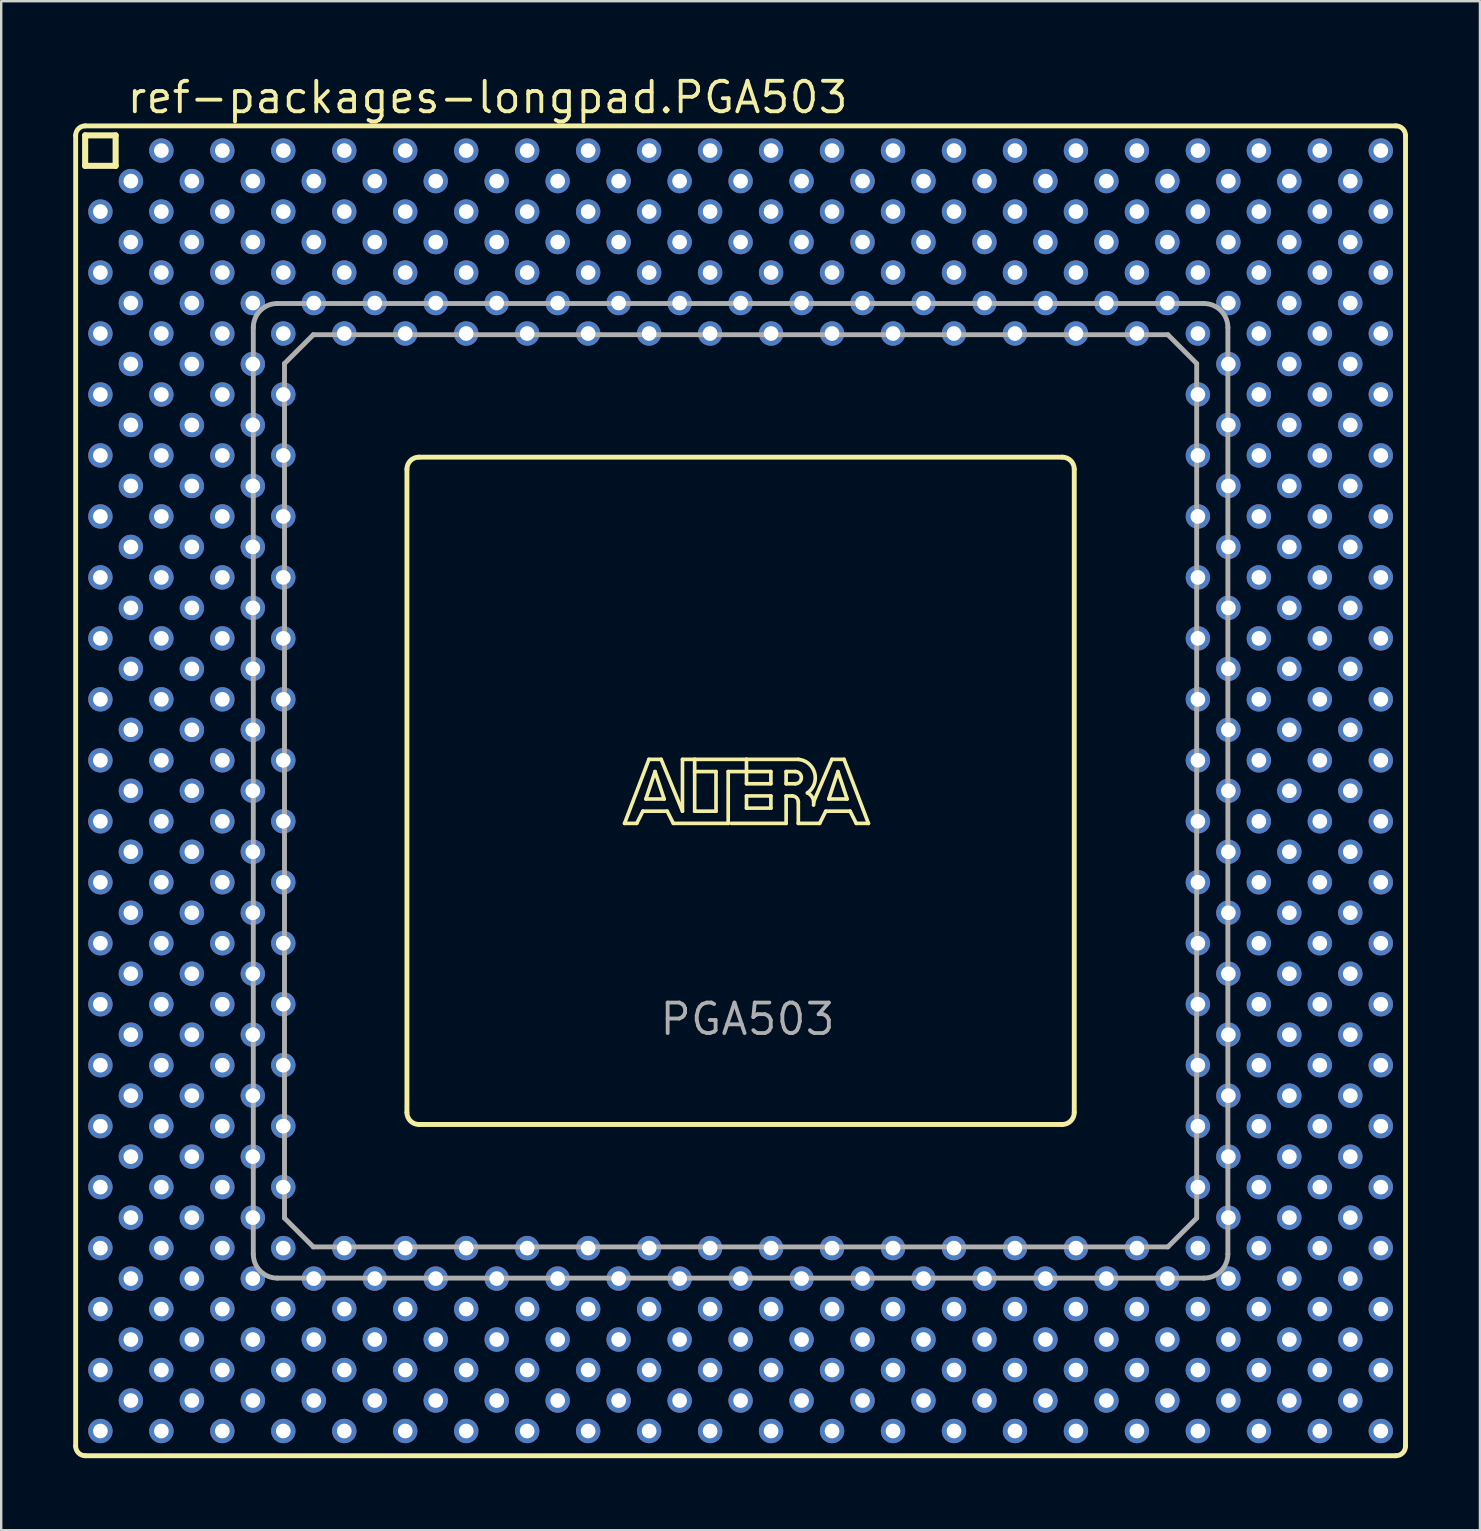
<source format=kicad_pcb>
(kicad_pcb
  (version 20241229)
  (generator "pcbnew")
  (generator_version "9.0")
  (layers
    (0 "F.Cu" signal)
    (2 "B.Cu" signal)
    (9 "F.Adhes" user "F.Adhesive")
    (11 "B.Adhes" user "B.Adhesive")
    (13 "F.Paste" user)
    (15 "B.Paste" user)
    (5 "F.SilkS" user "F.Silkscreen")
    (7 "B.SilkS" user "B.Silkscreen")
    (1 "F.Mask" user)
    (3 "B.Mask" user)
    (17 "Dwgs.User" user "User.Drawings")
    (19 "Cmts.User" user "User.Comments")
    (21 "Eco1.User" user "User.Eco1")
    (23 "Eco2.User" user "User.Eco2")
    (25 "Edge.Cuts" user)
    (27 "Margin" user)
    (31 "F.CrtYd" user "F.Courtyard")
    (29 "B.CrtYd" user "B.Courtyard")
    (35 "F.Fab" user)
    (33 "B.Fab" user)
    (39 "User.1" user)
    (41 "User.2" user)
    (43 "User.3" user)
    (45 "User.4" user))
  (footprint "ref-packages-longpad.PGA503"
    (layer "F.Cu")
    (at 27.802 29.894)
    (property "Reference" "ref-packages-longpad.PGA503" (at -25.643 -28.144 0) (layer "F.SilkS") (effects (font (size 1.27 1.27) (thickness 0.16)) (justify left bottom)))
    (attr through_hole)
    (fp_line (start -27.7 -27.3) (end -27.7 27.3) (stroke (width 0.203) (type default)) (layer "F.SilkS"))
    (fp_line (start -27.305 -27.305) (end -27.305 -26.035) (stroke (width 0.254) (type default)) (layer "F.SilkS"))
    (fp_line (start -27.305 -26.035) (end -26.035 -26.035) (stroke (width 0.254) (type default)) (layer "F.SilkS"))
    (fp_line (start -27.3 27.7) (end 27.3 27.7) (stroke (width 0.203) (type default)) (layer "F.SilkS"))
    (fp_line (start -26.035 -27.305) (end -27.305 -27.305) (stroke (width 0.254) (type default)) (layer "F.SilkS"))
    (fp_line (start -26.035 -26.035) (end -26.035 -27.305) (stroke (width 0.254) (type default)) (layer "F.SilkS"))
    (fp_line (start -13.9 -13.4) (end -13.9 13.4) (stroke (width 0.203) (type default)) (layer "F.SilkS"))
    (fp_line (start -13.4 13.9) (end 13.4 13.9) (stroke (width 0.203) (type default)) (layer "F.SilkS"))
    (fp_line (start -4.834 1.357) (end -3.818 -1.31) (stroke (width 0.152) (type default)) (layer "F.SilkS"))
    (fp_line (start -4.326 1.357) (end -4.834 1.357) (stroke (width 0.152) (type default)) (layer "F.SilkS"))
    (fp_line (start -4.072 0.849) (end -4.326 1.357) (stroke (width 0.152) (type default)) (layer "F.SilkS"))
    (fp_line (start -3.945 0.341) (end -3.183 0.341) (stroke (width 0.152) (type default)) (layer "F.SilkS"))
    (fp_line (start -3.818 -1.31) (end -3.31 -1.31) (stroke (width 0.152) (type default)) (layer "F.SilkS"))
    (fp_line (start -3.564 -0.802) (end -3.945 0.341) (stroke (width 0.152) (type default)) (layer "F.SilkS"))
    (fp_line (start -3.31 -1.31) (end -2.421 0.849) (stroke (width 0.152) (type default)) (layer "F.SilkS"))
    (fp_line (start -3.183 0.341) (end -3.564 -0.802) (stroke (width 0.152) (type default)) (layer "F.SilkS"))
    (fp_line (start -3.056 0.849) (end -4.072 0.849) (stroke (width 0.152) (type default)) (layer "F.SilkS"))
    (fp_line (start -2.802 1.357) (end -3.056 0.849) (stroke (width 0.152) (type default)) (layer "F.SilkS"))
    (fp_line (start -2.421 -1.31) (end -1.913 -1.31) (stroke (width 0.152) (type default)) (layer "F.SilkS"))
    (fp_line (start -2.421 0.849) (end -2.421 -1.31) (stroke (width 0.152) (type default)) (layer "F.SilkS"))
    (fp_line (start -1.913 -1.31) (end -1.913 -0.802) (stroke (width 0.152) (type default)) (layer "F.SilkS"))
    (fp_line (start -1.913 -1.31) (end 0.246 -1.31) (stroke (width 0.152) (type default)) (layer "F.SilkS"))
    (fp_line (start -1.913 -0.802) (end -1.913 0.849) (stroke (width 0.152) (type default)) (layer "F.SilkS"))
    (fp_line (start -1.913 0.849) (end -1.024 0.849) (stroke (width 0.152) (type default)) (layer "F.SilkS"))
    (fp_line (start -1.024 -0.802) (end -1.913 -0.802) (stroke (width 0.152) (type default)) (layer "F.SilkS"))
    (fp_line (start -1.024 0.849) (end -1.024 -0.802) (stroke (width 0.152) (type default)) (layer "F.SilkS"))
    (fp_line (start -0.516 -0.802) (end -0.516 1.357) (stroke (width 0.152) (type default)) (layer "F.SilkS"))
    (fp_line (start -0.516 1.357) (end -2.802 1.357) (stroke (width 0.152) (type default)) (layer "F.SilkS"))
    (fp_line (start 0.246 -1.31) (end 0.246 -0.802) (stroke (width 0.152) (type default)) (layer "F.SilkS"))
    (fp_line (start 0.246 -1.31) (end 2.405 -1.31) (stroke (width 0.152) (type default)) (layer "F.SilkS"))
    (fp_line (start 0.246 -0.802) (end -0.516 -0.802) (stroke (width 0.152) (type default)) (layer "F.SilkS"))
    (fp_line (start 0.246 -0.802) (end 0.246 -0.294) (stroke (width 0.152) (type default)) (layer "F.SilkS"))
    (fp_line (start 0.246 -0.294) (end 1.262 -0.294) (stroke (width 0.152) (type default)) (layer "F.SilkS"))
    (fp_line (start 0.246 0.214) (end 1.262 0.214) (stroke (width 0.152) (type default)) (layer "F.SilkS"))
    (fp_line (start 0.246 0.722) (end 0.246 0.214) (stroke (width 0.152) (type default)) (layer "F.SilkS"))
    (fp_line (start 1.262 -0.802) (end 0.246 -0.802) (stroke (width 0.152) (type default)) (layer "F.SilkS"))
    (fp_line (start 1.262 -0.294) (end 1.262 -0.802) (stroke (width 0.152) (type default)) (layer "F.SilkS"))
    (fp_line (start 1.262 0.214) (end 1.262 0.722) (stroke (width 0.152) (type default)) (layer "F.SilkS"))
    (fp_line (start 1.262 0.722) (end 0.246 0.722) (stroke (width 0.152) (type default)) (layer "F.SilkS"))
    (fp_line (start 1.897 -0.802) (end 1.897 -0.294) (stroke (width 0.152) (type default)) (layer "F.SilkS"))
    (fp_line (start 1.897 -0.294) (end 2.278 -0.294) (stroke (width 0.152) (type default)) (layer "F.SilkS"))
    (fp_line (start 1.897 0.214) (end 1.897 1.357) (stroke (width 0.152) (type default)) (layer "F.SilkS"))
    (fp_line (start 1.897 0.214) (end 2.151 0.214) (stroke (width 0.152) (type default)) (layer "F.SilkS"))
    (fp_line (start 1.897 1.357) (end -0.389 1.357) (stroke (width 0.152) (type default)) (layer "F.SilkS"))
    (fp_line (start 2.278 -0.802) (end 1.897 -0.802) (stroke (width 0.152) (type default)) (layer "F.SilkS"))
    (fp_line (start 2.405 0.468) (end 2.405 1.357) (stroke (width 0.152) (type default)) (layer "F.SilkS"))
    (fp_line (start 2.405 1.357) (end 3.294 1.357) (stroke (width 0.152) (type default)) (layer "F.SilkS"))
    (fp_line (start 3.294 1.357) (end 3.548 0.849) (stroke (width 0.152) (type default)) (layer "F.SilkS"))
    (fp_line (start 3.548 0.849) (end 4.564 0.849) (stroke (width 0.152) (type default)) (layer "F.SilkS"))
    (fp_line (start 3.675 0.341) (end 4.056 -0.802) (stroke (width 0.152) (type default)) (layer "F.SilkS"))
    (fp_line (start 3.802 -1.31) (end 3.04 0.468) (stroke (width 0.152) (type default)) (layer "F.SilkS"))
    (fp_line (start 4.056 -0.802) (end 4.437 0.341) (stroke (width 0.152) (type default)) (layer "F.SilkS"))
    (fp_line (start 4.31 -1.31) (end 3.802 -1.31) (stroke (width 0.152) (type default)) (layer "F.SilkS"))
    (fp_line (start 4.437 0.341) (end 3.675 0.341) (stroke (width 0.152) (type default)) (layer "F.SilkS"))
    (fp_line (start 4.564 0.849) (end 4.818 1.357) (stroke (width 0.152) (type default)) (layer "F.SilkS"))
    (fp_line (start 4.818 1.357) (end 5.326 1.357) (stroke (width 0.152) (type default)) (layer "F.SilkS"))
    (fp_line (start 5.326 1.357) (end 4.31 -1.31) (stroke (width 0.152) (type default)) (layer "F.SilkS"))
    (fp_line (start 13.4 -13.9) (end -13.4 -13.9) (stroke (width 0.203) (type default)) (layer "F.SilkS"))
    (fp_line (start 13.9 13.4) (end 13.9 -13.4) (stroke (width 0.203) (type default)) (layer "F.SilkS"))
    (fp_line (start 27.3 -27.7) (end -27.3 -27.7) (stroke (width 0.203) (type default)) (layer "F.SilkS"))
    (fp_line (start 27.7 27.3) (end 27.7 -27.3) (stroke (width 0.203) (type default)) (layer "F.SilkS"))
    (fp_arc (start -27.7 -27.3) (mid -27.582813 -27.582913) (end -27.2999 -27.7001) (stroke (width 0.2032) (type default)) (layer "F.SilkS"))
    (fp_arc (start -27.2999 27.7001) (mid -27.582813 27.582913) (end -27.7 27.3) (stroke (width 0.2032) (type default)) (layer "F.SilkS"))
    (fp_arc (start -13.9 -13.4) (mid -13.753607 -13.753624) (end -13.4001 -13.9003) (stroke (width 0.2032) (type default)) (layer "F.SilkS"))
    (fp_arc (start -13.4001 13.9) (mid -13.753589 13.753518) (end -13.9 13.4) (stroke (width 0.2032) (type default)) (layer "F.SilkS"))
    (fp_arc (start 2.151 0.214) (mid 2.330605 0.288395) (end 2.405 0.468) (stroke (width 0.1524) (type default)) (layer "F.SilkS"))
    (fp_arc (start 2.278 -0.802) (mid 2.532 -0.548) (end 2.278 -0.294) (stroke (width 0.1524) (type default)) (layer "F.SilkS"))
    (fp_arc (start 2.405 -1.31) (mid 3.084953 -0.74477) (end 2.7861 0.0874) (stroke (width 0.1524) (type default)) (layer "F.SilkS"))
    (fp_arc (start 2.7861 0.0871) (mid 3.002081 0.296587) (end 3.0398 0.5951) (stroke (width 0.1524) (type default)) (layer "F.SilkS"))
    (fp_arc (start 13.4 -13.9) (mid 13.753624 -13.753607) (end 13.9003 -13.4001) (stroke (width 0.2032) (type default)) (layer "F.SilkS"))
    (fp_arc (start 13.9 13.4001) (mid 13.753518 13.753589) (end 13.4 13.9) (stroke (width 0.2032) (type default)) (layer "F.SilkS"))
    (fp_arc (start 27.3 -27.7) (mid 27.582913 -27.582813) (end 27.7001 -27.2999) (stroke (width 0.2032) (type default)) (layer "F.SilkS"))
    (fp_arc (start 27.7001 27.2999) (mid 27.582913 27.582813) (end 27.3 27.7) (stroke (width 0.2032) (type default)) (layer "F.SilkS"))
    (fp_line (start -20.3 -19.3) (end -20.3 19.3) (stroke (width 0.203) (type default)) (layer "F.Fab"))
    (fp_line (start -19.3 20.3) (end 19.3 20.3) (stroke (width 0.203) (type default)) (layer "F.Fab"))
    (fp_line (start -19 -17.8) (end -19 17.8) (stroke (width 0.203) (type default)) (layer "F.Fab"))
    (fp_line (start -19 -17.8) (end -17.8 -19) (stroke (width 0.203) (type default)) (layer "F.Fab"))
    (fp_line (start -17.8 19) (end -19 17.8) (stroke (width 0.203) (type default)) (layer "F.Fab"))
    (fp_line (start -17.8 19) (end 17.8 19) (stroke (width 0.203) (type default)) (layer "F.Fab"))
    (fp_line (start 17.8 -19) (end -17.8 -19) (stroke (width 0.203) (type default)) (layer "F.Fab"))
    (fp_line (start 17.8 -19) (end 19 -17.8) (stroke (width 0.203) (type default)) (layer "F.Fab"))
    (fp_line (start 19 17.8) (end 17.8 19) (stroke (width 0.203) (type default)) (layer "F.Fab"))
    (fp_line (start 19 17.8) (end 19 -17.8) (stroke (width 0.203) (type default)) (layer "F.Fab"))
    (fp_line (start 19.3 -20.3) (end -19.3 -20.3) (stroke (width 0.203) (type default)) (layer "F.Fab"))
    (fp_line (start 20.3 19.3) (end 20.3 -19.3) (stroke (width 0.203) (type default)) (layer "F.Fab"))
    (fp_arc (start -20.3 -19.3) (mid -20.007107 -20.007107) (end -19.3 -20.3) (stroke (width 0.2032) (type default)) (layer "F.Fab"))
    (fp_arc (start -19.3 20.3) (mid -20.007107 20.007107) (end -20.3 19.3) (stroke (width 0.2032) (type default)) (layer "F.Fab"))
    (fp_arc (start 19.3 -20.3) (mid 20.007107 -20.007107) (end 20.3 -19.3) (stroke (width 0.2032) (type default)) (layer "F.Fab"))
    (fp_arc (start 20.3 19.3) (mid 20.007107 20.007107) (end 19.3 20.3) (stroke (width 0.2032) (type default)) (layer "F.Fab"))
    (fp_text user "PGA503" (at -3.445 10.255 0) (layer "F.Fab") (effects (font (size 1.27 1.27) (thickness 0.16)) (justify left bottom)))
    (pad "A3" thru_hole circle (at -24.13 -26.67) (size 1.016 1.016) (drill 0.61) (layers "*.Cu" "*.Mask"))
    (pad "A5" thru_hole circle (at -21.59 -26.67) (size 1.016 1.016) (drill 0.61) (layers "*.Cu" "*.Mask"))
    (pad "A7" thru_hole circle (at -19.05 -26.67) (size 1.016 1.016) (drill 0.61) (layers "*.Cu" "*.Mask"))
    (pad "A9" thru_hole circle (at -16.51 -26.67) (size 1.016 1.016) (drill 0.61) (layers "*.Cu" "*.Mask"))
    (pad "A11" thru_hole circle (at -13.97 -26.67) (size 1.016 1.016) (drill 0.61) (layers "*.Cu" "*.Mask"))
    (pad "A13" thru_hole circle (at -11.43 -26.67) (size 1.016 1.016) (drill 0.61) (layers "*.Cu" "*.Mask"))
    (pad "A15" thru_hole circle (at -8.89 -26.67) (size 1.016 1.016) (drill 0.61) (layers "*.Cu" "*.Mask"))
    (pad "A17" thru_hole circle (at -6.35 -26.67) (size 1.016 1.016) (drill 0.61) (layers "*.Cu" "*.Mask"))
    (pad "A19" thru_hole circle (at -3.81 -26.67) (size 1.016 1.016) (drill 0.61) (layers "*.Cu" "*.Mask"))
    (pad "A21" thru_hole circle (at -1.27 -26.67) (size 1.016 1.016) (drill 0.61) (layers "*.Cu" "*.Mask"))
    (pad "A23" thru_hole circle (at 1.27 -26.67) (size 1.016 1.016) (drill 0.61) (layers "*.Cu" "*.Mask"))
    (pad "A25" thru_hole circle (at 3.81 -26.67) (size 1.016 1.016) (drill 0.61) (layers "*.Cu" "*.Mask"))
    (pad "A27" thru_hole circle (at 6.35 -26.67) (size 1.016 1.016) (drill 0.61) (layers "*.Cu" "*.Mask"))
    (pad "A29" thru_hole circle (at 8.89 -26.67) (size 1.016 1.016) (drill 0.61) (layers "*.Cu" "*.Mask"))
    (pad "A31" thru_hole circle (at 11.43 -26.67) (size 1.016 1.016) (drill 0.61) (layers "*.Cu" "*.Mask"))
    (pad "A33" thru_hole circle (at 13.97 -26.67) (size 1.016 1.016) (drill 0.61) (layers "*.Cu" "*.Mask"))
    (pad "A35" thru_hole circle (at 16.51 -26.67) (size 1.016 1.016) (drill 0.61) (layers "*.Cu" "*.Mask"))
    (pad "A37" thru_hole circle (at 19.05 -26.67) (size 1.016 1.016) (drill 0.61) (layers "*.Cu" "*.Mask"))
    (pad "A39" thru_hole circle (at 21.59 -26.67) (size 1.016 1.016) (drill 0.61) (layers "*.Cu" "*.Mask"))
    (pad "A41" thru_hole circle (at 24.13 -26.67) (size 1.016 1.016) (drill 0.61) (layers "*.Cu" "*.Mask"))
    (pad "A43" thru_hole circle (at 26.67 -26.67) (size 1.016 1.016) (drill 0.61) (layers "*.Cu" "*.Mask"))
    (pad "AA1" thru_hole circle (at -26.67 -1.27) (size 1.016 1.016) (drill 0.61) (layers "*.Cu" "*.Mask"))
    (pad "AA3" thru_hole circle (at -24.13 -1.27) (size 1.016 1.016) (drill 0.61) (layers "*.Cu" "*.Mask"))
    (pad "AA5" thru_hole circle (at -21.59 -1.27) (size 1.016 1.016) (drill 0.61) (layers "*.Cu" "*.Mask"))
    (pad "AA7" thru_hole circle (at -19.05 -1.27) (size 1.016 1.016) (drill 0.61) (layers "*.Cu" "*.Mask"))
    (pad "AA37" thru_hole circle (at 19.05 -1.27) (size 1.016 1.016) (drill 0.61) (layers "*.Cu" "*.Mask"))
    (pad "AA39" thru_hole circle (at 21.59 -1.27) (size 1.016 1.016) (drill 0.61) (layers "*.Cu" "*.Mask"))
    (pad "AA41" thru_hole circle (at 24.13 -1.27) (size 1.016 1.016) (drill 0.61) (layers "*.Cu" "*.Mask"))
    (pad "AA43" thru_hole circle (at 26.67 -1.27) (size 1.016 1.016) (drill 0.61) (layers "*.Cu" "*.Mask"))
    (pad "AB2" thru_hole circle (at -25.4 0) (size 1.016 1.016) (drill 0.61) (layers "*.Cu" "*.Mask"))
    (pad "AB4" thru_hole circle (at -22.86 0) (size 1.016 1.016) (drill 0.61) (layers "*.Cu" "*.Mask"))
    (pad "AB6" thru_hole circle (at -20.32 0) (size 1.016 1.016) (drill 0.61) (layers "*.Cu" "*.Mask"))
    (pad "AB38" thru_hole circle (at 20.32 0) (size 1.016 1.016) (drill 0.61) (layers "*.Cu" "*.Mask"))
    (pad "AB40" thru_hole circle (at 22.86 0) (size 1.016 1.016) (drill 0.61) (layers "*.Cu" "*.Mask"))
    (pad "AB42" thru_hole circle (at 25.4 0) (size 1.016 1.016) (drill 0.61) (layers "*.Cu" "*.Mask"))
    (pad "AC1" thru_hole circle (at -26.67 1.27) (size 1.016 1.016) (drill 0.61) (layers "*.Cu" "*.Mask"))
    (pad "AC3" thru_hole circle (at -24.13 1.27) (size 1.016 1.016) (drill 0.61) (layers "*.Cu" "*.Mask"))
    (pad "AC5" thru_hole circle (at -21.59 1.27) (size 1.016 1.016) (drill 0.61) (layers "*.Cu" "*.Mask"))
    (pad "AC7" thru_hole circle (at -19.05 1.27) (size 1.016 1.016) (drill 0.61) (layers "*.Cu" "*.Mask"))
    (pad "AC37" thru_hole circle (at 19.05 1.27) (size 1.016 1.016) (drill 0.61) (layers "*.Cu" "*.Mask"))
    (pad "AC39" thru_hole circle (at 21.59 1.27) (size 1.016 1.016) (drill 0.61) (layers "*.Cu" "*.Mask"))
    (pad "AC41" thru_hole circle (at 24.13 1.27) (size 1.016 1.016) (drill 0.61) (layers "*.Cu" "*.Mask"))
    (pad "AC43" thru_hole circle (at 26.67 1.27) (size 1.016 1.016) (drill 0.61) (layers "*.Cu" "*.Mask"))
    (pad "AD2" thru_hole circle (at -25.4 2.54) (size 1.016 1.016) (drill 0.61) (layers "*.Cu" "*.Mask"))
    (pad "AD4" thru_hole circle (at -22.86 2.54) (size 1.016 1.016) (drill 0.61) (layers "*.Cu" "*.Mask"))
    (pad "AD6" thru_hole circle (at -20.32 2.54) (size 1.016 1.016) (drill 0.61) (layers "*.Cu" "*.Mask"))
    (pad "AD38" thru_hole circle (at 20.32 2.54) (size 1.016 1.016) (drill 0.61) (layers "*.Cu" "*.Mask"))
    (pad "AD40" thru_hole circle (at 22.86 2.54) (size 1.016 1.016) (drill 0.61) (layers "*.Cu" "*.Mask"))
    (pad "AD42" thru_hole circle (at 25.4 2.54) (size 1.016 1.016) (drill 0.61) (layers "*.Cu" "*.Mask"))
    (pad "AE1" thru_hole circle (at -26.67 3.81) (size 1.016 1.016) (drill 0.61) (layers "*.Cu" "*.Mask"))
    (pad "AE3" thru_hole circle (at -24.13 3.81) (size 1.016 1.016) (drill 0.61) (layers "*.Cu" "*.Mask"))
    (pad "AE5" thru_hole circle (at -21.59 3.81) (size 1.016 1.016) (drill 0.61) (layers "*.Cu" "*.Mask"))
    (pad "AE7" thru_hole circle (at -19.05 3.81) (size 1.016 1.016) (drill 0.61) (layers "*.Cu" "*.Mask"))
    (pad "AE37" thru_hole circle (at 19.05 3.81) (size 1.016 1.016) (drill 0.61) (layers "*.Cu" "*.Mask"))
    (pad "AE39" thru_hole circle (at 21.59 3.81) (size 1.016 1.016) (drill 0.61) (layers "*.Cu" "*.Mask"))
    (pad "AE41" thru_hole circle (at 24.13 3.81) (size 1.016 1.016) (drill 0.61) (layers "*.Cu" "*.Mask"))
    (pad "AE43" thru_hole circle (at 26.67 3.81) (size 1.016 1.016) (drill 0.61) (layers "*.Cu" "*.Mask"))
    (pad "AF2" thru_hole circle (at -25.4 5.08) (size 1.016 1.016) (drill 0.61) (layers "*.Cu" "*.Mask"))
    (pad "AF4" thru_hole circle (at -22.86 5.08) (size 1.016 1.016) (drill 0.61) (layers "*.Cu" "*.Mask"))
    (pad "AF6" thru_hole circle (at -20.32 5.08) (size 1.016 1.016) (drill 0.61) (layers "*.Cu" "*.Mask"))
    (pad "AF38" thru_hole circle (at 20.32 5.08) (size 1.016 1.016) (drill 0.61) (layers "*.Cu" "*.Mask"))
    (pad "AF40" thru_hole circle (at 22.86 5.08) (size 1.016 1.016) (drill 0.61) (layers "*.Cu" "*.Mask"))
    (pad "AF42" thru_hole circle (at 25.4 5.08) (size 1.016 1.016) (drill 0.61) (layers "*.Cu" "*.Mask"))
    (pad "AG1" thru_hole circle (at -26.67 6.35) (size 1.016 1.016) (drill 0.61) (layers "*.Cu" "*.Mask"))
    (pad "AG3" thru_hole circle (at -24.13 6.35) (size 1.016 1.016) (drill 0.61) (layers "*.Cu" "*.Mask"))
    (pad "AG5" thru_hole circle (at -21.59 6.35) (size 1.016 1.016) (drill 0.61) (layers "*.Cu" "*.Mask"))
    (pad "AG7" thru_hole circle (at -19.05 6.35) (size 1.016 1.016) (drill 0.61) (layers "*.Cu" "*.Mask"))
    (pad "AG37" thru_hole circle (at 19.05 6.35) (size 1.016 1.016) (drill 0.61) (layers "*.Cu" "*.Mask"))
    (pad "AG39" thru_hole circle (at 21.59 6.35) (size 1.016 1.016) (drill 0.61) (layers "*.Cu" "*.Mask"))
    (pad "AG41" thru_hole circle (at 24.13 6.35) (size 1.016 1.016) (drill 0.61) (layers "*.Cu" "*.Mask"))
    (pad "AG43" thru_hole circle (at 26.67 6.35) (size 1.016 1.016) (drill 0.61) (layers "*.Cu" "*.Mask"))
    (pad "AH2" thru_hole circle (at -25.4 7.62) (size 1.016 1.016) (drill 0.61) (layers "*.Cu" "*.Mask"))
    (pad "AH4" thru_hole circle (at -22.86 7.62) (size 1.016 1.016) (drill 0.61) (layers "*.Cu" "*.Mask"))
    (pad "AH6" thru_hole circle (at -20.32 7.62) (size 1.016 1.016) (drill 0.61) (layers "*.Cu" "*.Mask"))
    (pad "AH38" thru_hole circle (at 20.32 7.62) (size 1.016 1.016) (drill 0.61) (layers "*.Cu" "*.Mask"))
    (pad "AH40" thru_hole circle (at 22.86 7.62) (size 1.016 1.016) (drill 0.61) (layers "*.Cu" "*.Mask"))
    (pad "AH42" thru_hole circle (at 25.4 7.62) (size 1.016 1.016) (drill 0.61) (layers "*.Cu" "*.Mask"))
    (pad "AJ1" thru_hole circle (at -26.67 8.89) (size 1.016 1.016) (drill 0.61) (layers "*.Cu" "*.Mask"))
    (pad "AJ3" thru_hole circle (at -24.13 8.89) (size 1.016 1.016) (drill 0.61) (layers "*.Cu" "*.Mask"))
    (pad "AJ5" thru_hole circle (at -21.59 8.89) (size 1.016 1.016) (drill 0.61) (layers "*.Cu" "*.Mask"))
    (pad "AJ7" thru_hole circle (at -19.05 8.89) (size 1.016 1.016) (drill 0.61) (layers "*.Cu" "*.Mask"))
    (pad "AJ37" thru_hole circle (at 19.05 8.89) (size 1.016 1.016) (drill 0.61) (layers "*.Cu" "*.Mask"))
    (pad "AJ39" thru_hole circle (at 21.59 8.89) (size 1.016 1.016) (drill 0.61) (layers "*.Cu" "*.Mask"))
    (pad "AJ41" thru_hole circle (at 24.13 8.89) (size 1.016 1.016) (drill 0.61) (layers "*.Cu" "*.Mask"))
    (pad "AJ43" thru_hole circle (at 26.67 8.89) (size 1.016 1.016) (drill 0.61) (layers "*.Cu" "*.Mask"))
    (pad "AK2" thru_hole circle (at -25.4 10.16) (size 1.016 1.016) (drill 0.61) (layers "*.Cu" "*.Mask"))
    (pad "AK4" thru_hole circle (at -22.86 10.16) (size 1.016 1.016) (drill 0.61) (layers "*.Cu" "*.Mask"))
    (pad "AK6" thru_hole circle (at -20.32 10.16) (size 1.016 1.016) (drill 0.61) (layers "*.Cu" "*.Mask"))
    (pad "AK38" thru_hole circle (at 20.32 10.16) (size 1.016 1.016) (drill 0.61) (layers "*.Cu" "*.Mask"))
    (pad "AK40" thru_hole circle (at 22.86 10.16) (size 1.016 1.016) (drill 0.61) (layers "*.Cu" "*.Mask"))
    (pad "AK42" thru_hole circle (at 25.4 10.16) (size 1.016 1.016) (drill 0.61) (layers "*.Cu" "*.Mask"))
    (pad "AL1" thru_hole circle (at -26.67 11.43) (size 1.016 1.016) (drill 0.61) (layers "*.Cu" "*.Mask"))
    (pad "AL3" thru_hole circle (at -24.13 11.43) (size 1.016 1.016) (drill 0.61) (layers "*.Cu" "*.Mask"))
    (pad "AL5" thru_hole circle (at -21.59 11.43) (size 1.016 1.016) (drill 0.61) (layers "*.Cu" "*.Mask"))
    (pad "AL7" thru_hole circle (at -19.05 11.43) (size 1.016 1.016) (drill 0.61) (layers "*.Cu" "*.Mask"))
    (pad "AL37" thru_hole circle (at 19.05 11.43) (size 1.016 1.016) (drill 0.61) (layers "*.Cu" "*.Mask"))
    (pad "AL39" thru_hole circle (at 21.59 11.43) (size 1.016 1.016) (drill 0.61) (layers "*.Cu" "*.Mask"))
    (pad "AL41" thru_hole circle (at 24.13 11.43) (size 1.016 1.016) (drill 0.61) (layers "*.Cu" "*.Mask"))
    (pad "AL43" thru_hole circle (at 26.67 11.43) (size 1.016 1.016) (drill 0.61) (layers "*.Cu" "*.Mask"))
    (pad "AM2" thru_hole circle (at -25.4 12.7) (size 1.016 1.016) (drill 0.61) (layers "*.Cu" "*.Mask"))
    (pad "AM4" thru_hole circle (at -22.86 12.7) (size 1.016 1.016) (drill 0.61) (layers "*.Cu" "*.Mask"))
    (pad "AM6" thru_hole circle (at -20.32 12.7) (size 1.016 1.016) (drill 0.61) (layers "*.Cu" "*.Mask"))
    (pad "AM38" thru_hole circle (at 20.32 12.7) (size 1.016 1.016) (drill 0.61) (layers "*.Cu" "*.Mask"))
    (pad "AM40" thru_hole circle (at 22.86 12.7) (size 1.016 1.016) (drill 0.61) (layers "*.Cu" "*.Mask"))
    (pad "AM42" thru_hole circle (at 25.4 12.7) (size 1.016 1.016) (drill 0.61) (layers "*.Cu" "*.Mask"))
    (pad "AN1" thru_hole circle (at -26.67 13.97) (size 1.016 1.016) (drill 0.61) (layers "*.Cu" "*.Mask"))
    (pad "AN3" thru_hole circle (at -24.13 13.97) (size 1.016 1.016) (drill 0.61) (layers "*.Cu" "*.Mask"))
    (pad "AN5" thru_hole circle (at -21.59 13.97) (size 1.016 1.016) (drill 0.61) (layers "*.Cu" "*.Mask"))
    (pad "AN7" thru_hole circle (at -19.05 13.97) (size 1.016 1.016) (drill 0.61) (layers "*.Cu" "*.Mask"))
    (pad "AN37" thru_hole circle (at 19.05 13.97) (size 1.016 1.016) (drill 0.61) (layers "*.Cu" "*.Mask"))
    (pad "AN39" thru_hole circle (at 21.59 13.97) (size 1.016 1.016) (drill 0.61) (layers "*.Cu" "*.Mask"))
    (pad "AN41" thru_hole circle (at 24.13 13.97) (size 1.016 1.016) (drill 0.61) (layers "*.Cu" "*.Mask"))
    (pad "AN43" thru_hole circle (at 26.67 13.97) (size 1.016 1.016) (drill 0.61) (layers "*.Cu" "*.Mask"))
    (pad "AP2" thru_hole circle (at -25.4 15.24) (size 1.016 1.016) (drill 0.61) (layers "*.Cu" "*.Mask"))
    (pad "AP4" thru_hole circle (at -22.86 15.24) (size 1.016 1.016) (drill 0.61) (layers "*.Cu" "*.Mask"))
    (pad "AP6" thru_hole circle (at -20.32 15.24) (size 1.016 1.016) (drill 0.61) (layers "*.Cu" "*.Mask"))
    (pad "AP38" thru_hole circle (at 20.32 15.24) (size 1.016 1.016) (drill 0.61) (layers "*.Cu" "*.Mask"))
    (pad "AP40" thru_hole circle (at 22.86 15.24) (size 1.016 1.016) (drill 0.61) (layers "*.Cu" "*.Mask"))
    (pad "AP42" thru_hole circle (at 25.4 15.24) (size 1.016 1.016) (drill 0.61) (layers "*.Cu" "*.Mask"))
    (pad "AR1" thru_hole circle (at -26.67 16.51) (size 1.016 1.016) (drill 0.61) (layers "*.Cu" "*.Mask"))
    (pad "AR3" thru_hole circle (at -24.13 16.51) (size 1.016 1.016) (drill 0.61) (layers "*.Cu" "*.Mask"))
    (pad "AR5" thru_hole circle (at -21.59 16.51) (size 1.016 1.016) (drill 0.61) (layers "*.Cu" "*.Mask"))
    (pad "AR7" thru_hole circle (at -19.05 16.51) (size 1.016 1.016) (drill 0.61) (layers "*.Cu" "*.Mask"))
    (pad "AR37" thru_hole circle (at 19.05 16.51) (size 1.016 1.016) (drill 0.61) (layers "*.Cu" "*.Mask"))
    (pad "AR39" thru_hole circle (at 21.59 16.51) (size 1.016 1.016) (drill 0.61) (layers "*.Cu" "*.Mask"))
    (pad "AR41" thru_hole circle (at 24.13 16.51) (size 1.016 1.016) (drill 0.61) (layers "*.Cu" "*.Mask"))
    (pad "AR43" thru_hole circle (at 26.67 16.51) (size 1.016 1.016) (drill 0.61) (layers "*.Cu" "*.Mask"))
    (pad "AT2" thru_hole circle (at -25.4 17.78) (size 1.016 1.016) (drill 0.61) (layers "*.Cu" "*.Mask"))
    (pad "AT4" thru_hole circle (at -22.86 17.78) (size 1.016 1.016) (drill 0.61) (layers "*.Cu" "*.Mask"))
    (pad "AT6" thru_hole circle (at -20.32 17.78) (size 1.016 1.016) (drill 0.61) (layers "*.Cu" "*.Mask"))
    (pad "AT38" thru_hole circle (at 20.32 17.78) (size 1.016 1.016) (drill 0.61) (layers "*.Cu" "*.Mask"))
    (pad "AT40" thru_hole circle (at 22.86 17.78) (size 1.016 1.016) (drill 0.61) (layers "*.Cu" "*.Mask"))
    (pad "AT42" thru_hole circle (at 25.4 17.78) (size 1.016 1.016) (drill 0.61) (layers "*.Cu" "*.Mask"))
    (pad "AU1" thru_hole circle (at -26.67 19.05) (size 1.016 1.016) (drill 0.61) (layers "*.Cu" "*.Mask"))
    (pad "AU3" thru_hole circle (at -24.13 19.05) (size 1.016 1.016) (drill 0.61) (layers "*.Cu" "*.Mask"))
    (pad "AU5" thru_hole circle (at -21.59 19.05) (size 1.016 1.016) (drill 0.61) (layers "*.Cu" "*.Mask"))
    (pad "AU7" thru_hole circle (at -19.05 19.05) (size 1.016 1.016) (drill 0.61) (layers "*.Cu" "*.Mask"))
    (pad "AU9" thru_hole circle (at -16.51 19.05) (size 1.016 1.016) (drill 0.61) (layers "*.Cu" "*.Mask"))
    (pad "AU11" thru_hole circle (at -13.97 19.05) (size 1.016 1.016) (drill 0.61) (layers "*.Cu" "*.Mask"))
    (pad "AU13" thru_hole circle (at -11.43 19.05) (size 1.016 1.016) (drill 0.61) (layers "*.Cu" "*.Mask"))
    (pad "AU15" thru_hole circle (at -8.89 19.05) (size 1.016 1.016) (drill 0.61) (layers "*.Cu" "*.Mask"))
    (pad "AU17" thru_hole circle (at -6.35 19.05) (size 1.016 1.016) (drill 0.61) (layers "*.Cu" "*.Mask"))
    (pad "AU19" thru_hole circle (at -3.81 19.05) (size 1.016 1.016) (drill 0.61) (layers "*.Cu" "*.Mask"))
    (pad "AU21" thru_hole circle (at -1.27 19.05) (size 1.016 1.016) (drill 0.61) (layers "*.Cu" "*.Mask"))
    (pad "AU23" thru_hole circle (at 1.27 19.05) (size 1.016 1.016) (drill 0.61) (layers "*.Cu" "*.Mask"))
    (pad "AU25" thru_hole circle (at 3.81 19.05) (size 1.016 1.016) (drill 0.61) (layers "*.Cu" "*.Mask"))
    (pad "AU27" thru_hole circle (at 6.35 19.05) (size 1.016 1.016) (drill 0.61) (layers "*.Cu" "*.Mask"))
    (pad "AU29" thru_hole circle (at 8.89 19.05) (size 1.016 1.016) (drill 0.61) (layers "*.Cu" "*.Mask"))
    (pad "AU31" thru_hole circle (at 11.43 19.05) (size 1.016 1.016) (drill 0.61) (layers "*.Cu" "*.Mask"))
    (pad "AU33" thru_hole circle (at 13.97 19.05) (size 1.016 1.016) (drill 0.61) (layers "*.Cu" "*.Mask"))
    (pad "AU35" thru_hole circle (at 16.51 19.05) (size 1.016 1.016) (drill 0.61) (layers "*.Cu" "*.Mask"))
    (pad "AU37" thru_hole circle (at 19.05 19.05) (size 1.016 1.016) (drill 0.61) (layers "*.Cu" "*.Mask"))
    (pad "AU39" thru_hole circle (at 21.59 19.05) (size 1.016 1.016) (drill 0.61) (layers "*.Cu" "*.Mask"))
    (pad "AU41" thru_hole circle (at 24.13 19.05) (size 1.016 1.016) (drill 0.61) (layers "*.Cu" "*.Mask"))
    (pad "AU43" thru_hole circle (at 26.67 19.05) (size 1.016 1.016) (drill 0.61) (layers "*.Cu" "*.Mask"))
    (pad "AV2" thru_hole circle (at -25.4 20.32) (size 1.016 1.016) (drill 0.61) (layers "*.Cu" "*.Mask"))
    (pad "AV4" thru_hole circle (at -22.86 20.32) (size 1.016 1.016) (drill 0.61) (layers "*.Cu" "*.Mask"))
    (pad "AV6" thru_hole circle (at -20.32 20.32) (size 1.016 1.016) (drill 0.61) (layers "*.Cu" "*.Mask"))
    (pad "AV8" thru_hole circle (at -17.78 20.32) (size 1.016 1.016) (drill 0.61) (layers "*.Cu" "*.Mask"))
    (pad "AV10" thru_hole circle (at -15.24 20.32) (size 1.016 1.016) (drill 0.61) (layers "*.Cu" "*.Mask"))
    (pad "AV12" thru_hole circle (at -12.7 20.32) (size 1.016 1.016) (drill 0.61) (layers "*.Cu" "*.Mask"))
    (pad "AV14" thru_hole circle (at -10.16 20.32) (size 1.016 1.016) (drill 0.61) (layers "*.Cu" "*.Mask"))
    (pad "AV16" thru_hole circle (at -7.62 20.32) (size 1.016 1.016) (drill 0.61) (layers "*.Cu" "*.Mask"))
    (pad "AV18" thru_hole circle (at -5.08 20.32) (size 1.016 1.016) (drill 0.61) (layers "*.Cu" "*.Mask"))
    (pad "AV20" thru_hole circle (at -2.54 20.32) (size 1.016 1.016) (drill 0.61) (layers "*.Cu" "*.Mask"))
    (pad "AV22" thru_hole circle (at 0 20.32) (size 1.016 1.016) (drill 0.61) (layers "*.Cu" "*.Mask"))
    (pad "AV24" thru_hole circle (at 2.54 20.32) (size 1.016 1.016) (drill 0.61) (layers "*.Cu" "*.Mask"))
    (pad "AV26" thru_hole circle (at 5.08 20.32) (size 1.016 1.016) (drill 0.61) (layers "*.Cu" "*.Mask"))
    (pad "AV28" thru_hole circle (at 7.62 20.32) (size 1.016 1.016) (drill 0.61) (layers "*.Cu" "*.Mask"))
    (pad "AV30" thru_hole circle (at 10.16 20.32) (size 1.016 1.016) (drill 0.61) (layers "*.Cu" "*.Mask"))
    (pad "AV32" thru_hole circle (at 12.7 20.32) (size 1.016 1.016) (drill 0.61) (layers "*.Cu" "*.Mask"))
    (pad "AV34" thru_hole circle (at 15.24 20.32) (size 1.016 1.016) (drill 0.61) (layers "*.Cu" "*.Mask"))
    (pad "AV36" thru_hole circle (at 17.78 20.32) (size 1.016 1.016) (drill 0.61) (layers "*.Cu" "*.Mask"))
    (pad "AV38" thru_hole circle (at 20.32 20.32) (size 1.016 1.016) (drill 0.61) (layers "*.Cu" "*.Mask"))
    (pad "AV40" thru_hole circle (at 22.86 20.32) (size 1.016 1.016) (drill 0.61) (layers "*.Cu" "*.Mask"))
    (pad "AV42" thru_hole circle (at 25.4 20.32) (size 1.016 1.016) (drill 0.61) (layers "*.Cu" "*.Mask"))
    (pad "AW1" thru_hole circle (at -26.67 21.59) (size 1.016 1.016) (drill 0.61) (layers "*.Cu" "*.Mask"))
    (pad "AW3" thru_hole circle (at -24.13 21.59) (size 1.016 1.016) (drill 0.61) (layers "*.Cu" "*.Mask"))
    (pad "AW5" thru_hole circle (at -21.59 21.59) (size 1.016 1.016) (drill 0.61) (layers "*.Cu" "*.Mask"))
    (pad "AW7" thru_hole circle (at -19.05 21.59) (size 1.016 1.016) (drill 0.61) (layers "*.Cu" "*.Mask"))
    (pad "AW9" thru_hole circle (at -16.51 21.59) (size 1.016 1.016) (drill 0.61) (layers "*.Cu" "*.Mask"))
    (pad "AW11" thru_hole circle (at -13.97 21.59) (size 1.016 1.016) (drill 0.61) (layers "*.Cu" "*.Mask"))
    (pad "AW13" thru_hole circle (at -11.43 21.59) (size 1.016 1.016) (drill 0.61) (layers "*.Cu" "*.Mask"))
    (pad "AW15" thru_hole circle (at -8.89 21.59) (size 1.016 1.016) (drill 0.61) (layers "*.Cu" "*.Mask"))
    (pad "AW17" thru_hole circle (at -6.35 21.59) (size 1.016 1.016) (drill 0.61) (layers "*.Cu" "*.Mask"))
    (pad "AW19" thru_hole circle (at -3.81 21.59) (size 1.016 1.016) (drill 0.61) (layers "*.Cu" "*.Mask"))
    (pad "AW21" thru_hole circle (at -1.27 21.59) (size 1.016 1.016) (drill 0.61) (layers "*.Cu" "*.Mask"))
    (pad "AW23" thru_hole circle (at 1.27 21.59) (size 1.016 1.016) (drill 0.61) (layers "*.Cu" "*.Mask"))
    (pad "AW25" thru_hole circle (at 3.81 21.59) (size 1.016 1.016) (drill 0.61) (layers "*.Cu" "*.Mask"))
    (pad "AW27" thru_hole circle (at 6.35 21.59) (size 1.016 1.016) (drill 0.61) (layers "*.Cu" "*.Mask"))
    (pad "AW29" thru_hole circle (at 8.89 21.59) (size 1.016 1.016) (drill 0.61) (layers "*.Cu" "*.Mask"))
    (pad "AW31" thru_hole circle (at 11.43 21.59) (size 1.016 1.016) (drill 0.61) (layers "*.Cu" "*.Mask"))
    (pad "AW33" thru_hole circle (at 13.97 21.59) (size 1.016 1.016) (drill 0.61) (layers "*.Cu" "*.Mask"))
    (pad "AW35" thru_hole circle (at 16.51 21.59) (size 1.016 1.016) (drill 0.61) (layers "*.Cu" "*.Mask"))
    (pad "AW37" thru_hole circle (at 19.05 21.59) (size 1.016 1.016) (drill 0.61) (layers "*.Cu" "*.Mask"))
    (pad "AW39" thru_hole circle (at 21.59 21.59) (size 1.016 1.016) (drill 0.61) (layers "*.Cu" "*.Mask"))
    (pad "AW41" thru_hole circle (at 24.13 21.59) (size 1.016 1.016) (drill 0.61) (layers "*.Cu" "*.Mask"))
    (pad "AW43" thru_hole circle (at 26.67 21.59) (size 1.016 1.016) (drill 0.61) (layers "*.Cu" "*.Mask"))
    (pad "AY2" thru_hole circle (at -25.4 22.86) (size 1.016 1.016) (drill 0.61) (layers "*.Cu" "*.Mask"))
    (pad "AY4" thru_hole circle (at -22.86 22.86) (size 1.016 1.016) (drill 0.61) (layers "*.Cu" "*.Mask"))
    (pad "AY6" thru_hole circle (at -20.32 22.86) (size 1.016 1.016) (drill 0.61) (layers "*.Cu" "*.Mask"))
    (pad "AY8" thru_hole circle (at -17.78 22.86) (size 1.016 1.016) (drill 0.61) (layers "*.Cu" "*.Mask"))
    (pad "AY10" thru_hole circle (at -15.24 22.86) (size 1.016 1.016) (drill 0.61) (layers "*.Cu" "*.Mask"))
    (pad "AY12" thru_hole circle (at -12.7 22.86) (size 1.016 1.016) (drill 0.61) (layers "*.Cu" "*.Mask"))
    (pad "AY14" thru_hole circle (at -10.16 22.86) (size 1.016 1.016) (drill 0.61) (layers "*.Cu" "*.Mask"))
    (pad "AY16" thru_hole circle (at -7.62 22.86) (size 1.016 1.016) (drill 0.61) (layers "*.Cu" "*.Mask"))
    (pad "AY18" thru_hole circle (at -5.08 22.86) (size 1.016 1.016) (drill 0.61) (layers "*.Cu" "*.Mask"))
    (pad "AY20" thru_hole circle (at -2.54 22.86) (size 1.016 1.016) (drill 0.61) (layers "*.Cu" "*.Mask"))
    (pad "AY22" thru_hole circle (at 0 22.86) (size 1.016 1.016) (drill 0.61) (layers "*.Cu" "*.Mask"))
    (pad "AY24" thru_hole circle (at 2.54 22.86) (size 1.016 1.016) (drill 0.61) (layers "*.Cu" "*.Mask"))
    (pad "AY26" thru_hole circle (at 5.08 22.86) (size 1.016 1.016) (drill 0.61) (layers "*.Cu" "*.Mask"))
    (pad "AY28" thru_hole circle (at 7.62 22.86) (size 1.016 1.016) (drill 0.61) (layers "*.Cu" "*.Mask"))
    (pad "AY30" thru_hole circle (at 10.16 22.86) (size 1.016 1.016) (drill 0.61) (layers "*.Cu" "*.Mask"))
    (pad "AY32" thru_hole circle (at 12.7 22.86) (size 1.016 1.016) (drill 0.61) (layers "*.Cu" "*.Mask"))
    (pad "AY34" thru_hole circle (at 15.24 22.86) (size 1.016 1.016) (drill 0.61) (layers "*.Cu" "*.Mask"))
    (pad "AY36" thru_hole circle (at 17.78 22.86) (size 1.016 1.016) (drill 0.61) (layers "*.Cu" "*.Mask"))
    (pad "AY38" thru_hole circle (at 20.32 22.86) (size 1.016 1.016) (drill 0.61) (layers "*.Cu" "*.Mask"))
    (pad "AY40" thru_hole circle (at 22.86 22.86) (size 1.016 1.016) (drill 0.61) (layers "*.Cu" "*.Mask"))
    (pad "AY42" thru_hole circle (at 25.4 22.86) (size 1.016 1.016) (drill 0.61) (layers "*.Cu" "*.Mask"))
    (pad "B2" thru_hole circle (at -25.4 -25.4) (size 1.016 1.016) (drill 0.61) (layers "*.Cu" "*.Mask"))
    (pad "B4" thru_hole circle (at -22.86 -25.4) (size 1.016 1.016) (drill 0.61) (layers "*.Cu" "*.Mask"))
    (pad "B6" thru_hole circle (at -20.32 -25.4) (size 1.016 1.016) (drill 0.61) (layers "*.Cu" "*.Mask"))
    (pad "B8" thru_hole circle (at -17.78 -25.4) (size 1.016 1.016) (drill 0.61) (layers "*.Cu" "*.Mask"))
    (pad "B10" thru_hole circle (at -15.24 -25.4) (size 1.016 1.016) (drill 0.61) (layers "*.Cu" "*.Mask"))
    (pad "B12" thru_hole circle (at -12.7 -25.4) (size 1.016 1.016) (drill 0.61) (layers "*.Cu" "*.Mask"))
    (pad "B14" thru_hole circle (at -10.16 -25.4) (size 1.016 1.016) (drill 0.61) (layers "*.Cu" "*.Mask"))
    (pad "B16" thru_hole circle (at -7.62 -25.4) (size 1.016 1.016) (drill 0.61) (layers "*.Cu" "*.Mask"))
    (pad "B18" thru_hole circle (at -5.08 -25.4) (size 1.016 1.016) (drill 0.61) (layers "*.Cu" "*.Mask"))
    (pad "B20" thru_hole circle (at -2.54 -25.4) (size 1.016 1.016) (drill 0.61) (layers "*.Cu" "*.Mask"))
    (pad "B22" thru_hole circle (at 0 -25.4) (size 1.016 1.016) (drill 0.61) (layers "*.Cu" "*.Mask"))
    (pad "B24" thru_hole circle (at 2.54 -25.4) (size 1.016 1.016) (drill 0.61) (layers "*.Cu" "*.Mask"))
    (pad "B26" thru_hole circle (at 5.08 -25.4) (size 1.016 1.016) (drill 0.61) (layers "*.Cu" "*.Mask"))
    (pad "B28" thru_hole circle (at 7.62 -25.4) (size 1.016 1.016) (drill 0.61) (layers "*.Cu" "*.Mask"))
    (pad "B30" thru_hole circle (at 10.16 -25.4) (size 1.016 1.016) (drill 0.61) (layers "*.Cu" "*.Mask"))
    (pad "B32" thru_hole circle (at 12.7 -25.4) (size 1.016 1.016) (drill 0.61) (layers "*.Cu" "*.Mask"))
    (pad "B34" thru_hole circle (at 15.24 -25.4) (size 1.016 1.016) (drill 0.61) (layers "*.Cu" "*.Mask"))
    (pad "B36" thru_hole circle (at 17.78 -25.4) (size 1.016 1.016) (drill 0.61) (layers "*.Cu" "*.Mask"))
    (pad "B38" thru_hole circle (at 20.32 -25.4) (size 1.016 1.016) (drill 0.61) (layers "*.Cu" "*.Mask"))
    (pad "B40" thru_hole circle (at 22.86 -25.4) (size 1.016 1.016) (drill 0.61) (layers "*.Cu" "*.Mask"))
    (pad "B42" thru_hole circle (at 25.4 -25.4) (size 1.016 1.016) (drill 0.61) (layers "*.Cu" "*.Mask"))
    (pad "BA1" thru_hole circle (at -26.67 24.13) (size 1.016 1.016) (drill 0.61) (layers "*.Cu" "*.Mask"))
    (pad "BA3" thru_hole circle (at -24.13 24.13) (size 1.016 1.016) (drill 0.61) (layers "*.Cu" "*.Mask"))
    (pad "BA5" thru_hole circle (at -21.59 24.13) (size 1.016 1.016) (drill 0.61) (layers "*.Cu" "*.Mask"))
    (pad "BA7" thru_hole circle (at -19.05 24.13) (size 1.016 1.016) (drill 0.61) (layers "*.Cu" "*.Mask"))
    (pad "BA9" thru_hole circle (at -16.51 24.13) (size 1.016 1.016) (drill 0.61) (layers "*.Cu" "*.Mask"))
    (pad "BA11" thru_hole circle (at -13.97 24.13) (size 1.016 1.016) (drill 0.61) (layers "*.Cu" "*.Mask"))
    (pad "BA13" thru_hole circle (at -11.43 24.13) (size 1.016 1.016) (drill 0.61) (layers "*.Cu" "*.Mask"))
    (pad "BA15" thru_hole circle (at -8.89 24.13) (size 1.016 1.016) (drill 0.61) (layers "*.Cu" "*.Mask"))
    (pad "BA17" thru_hole circle (at -6.35 24.13) (size 1.016 1.016) (drill 0.61) (layers "*.Cu" "*.Mask"))
    (pad "BA19" thru_hole circle (at -3.81 24.13) (size 1.016 1.016) (drill 0.61) (layers "*.Cu" "*.Mask"))
    (pad "BA21" thru_hole circle (at -1.27 24.13) (size 1.016 1.016) (drill 0.61) (layers "*.Cu" "*.Mask"))
    (pad "BA23" thru_hole circle (at 1.27 24.13) (size 1.016 1.016) (drill 0.61) (layers "*.Cu" "*.Mask"))
    (pad "BA25" thru_hole circle (at 3.81 24.13) (size 1.016 1.016) (drill 0.61) (layers "*.Cu" "*.Mask"))
    (pad "BA27" thru_hole circle (at 6.35 24.13) (size 1.016 1.016) (drill 0.61) (layers "*.Cu" "*.Mask"))
    (pad "BA29" thru_hole circle (at 8.89 24.13) (size 1.016 1.016) (drill 0.61) (layers "*.Cu" "*.Mask"))
    (pad "BA31" thru_hole circle (at 11.43 24.13) (size 1.016 1.016) (drill 0.61) (layers "*.Cu" "*.Mask"))
    (pad "BA33" thru_hole circle (at 13.97 24.13) (size 1.016 1.016) (drill 0.61) (layers "*.Cu" "*.Mask"))
    (pad "BA35" thru_hole circle (at 16.51 24.13) (size 1.016 1.016) (drill 0.61) (layers "*.Cu" "*.Mask"))
    (pad "BA37" thru_hole circle (at 19.05 24.13) (size 1.016 1.016) (drill 0.61) (layers "*.Cu" "*.Mask"))
    (pad "BA39" thru_hole circle (at 21.59 24.13) (size 1.016 1.016) (drill 0.61) (layers "*.Cu" "*.Mask"))
    (pad "BA41" thru_hole circle (at 24.13 24.13) (size 1.016 1.016) (drill 0.61) (layers "*.Cu" "*.Mask"))
    (pad "BA43" thru_hole circle (at 26.67 24.13) (size 1.016 1.016) (drill 0.61) (layers "*.Cu" "*.Mask"))
    (pad "BB2" thru_hole circle (at -25.4 25.4) (size 1.016 1.016) (drill 0.61) (layers "*.Cu" "*.Mask"))
    (pad "BB4" thru_hole circle (at -22.86 25.4) (size 1.016 1.016) (drill 0.61) (layers "*.Cu" "*.Mask"))
    (pad "BB6" thru_hole circle (at -20.32 25.4) (size 1.016 1.016) (drill 0.61) (layers "*.Cu" "*.Mask"))
    (pad "BB8" thru_hole circle (at -17.78 25.4) (size 1.016 1.016) (drill 0.61) (layers "*.Cu" "*.Mask"))
    (pad "BB10" thru_hole circle (at -15.24 25.4) (size 1.016 1.016) (drill 0.61) (layers "*.Cu" "*.Mask"))
    (pad "BB12" thru_hole circle (at -12.7 25.4) (size 1.016 1.016) (drill 0.61) (layers "*.Cu" "*.Mask"))
    (pad "BB14" thru_hole circle (at -10.16 25.4) (size 1.016 1.016) (drill 0.61) (layers "*.Cu" "*.Mask"))
    (pad "BB16" thru_hole circle (at -7.62 25.4) (size 1.016 1.016) (drill 0.61) (layers "*.Cu" "*.Mask"))
    (pad "BB18" thru_hole circle (at -5.08 25.4) (size 1.016 1.016) (drill 0.61) (layers "*.Cu" "*.Mask"))
    (pad "BB20" thru_hole circle (at -2.54 25.4) (size 1.016 1.016) (drill 0.61) (layers "*.Cu" "*.Mask"))
    (pad "BB22" thru_hole circle (at 0 25.4) (size 1.016 1.016) (drill 0.61) (layers "*.Cu" "*.Mask"))
    (pad "BB24" thru_hole circle (at 2.54 25.4) (size 1.016 1.016) (drill 0.61) (layers "*.Cu" "*.Mask"))
    (pad "BB26" thru_hole circle (at 5.08 25.4) (size 1.016 1.016) (drill 0.61) (layers "*.Cu" "*.Mask"))
    (pad "BB28" thru_hole circle (at 7.62 25.4) (size 1.016 1.016) (drill 0.61) (layers "*.Cu" "*.Mask"))
    (pad "BB30" thru_hole circle (at 10.16 25.4) (size 1.016 1.016) (drill 0.61) (layers "*.Cu" "*.Mask"))
    (pad "BB32" thru_hole circle (at 12.7 25.4) (size 1.016 1.016) (drill 0.61) (layers "*.Cu" "*.Mask"))
    (pad "BB34" thru_hole circle (at 15.24 25.4) (size 1.016 1.016) (drill 0.61) (layers "*.Cu" "*.Mask"))
    (pad "BB36" thru_hole circle (at 17.78 25.4) (size 1.016 1.016) (drill 0.61) (layers "*.Cu" "*.Mask"))
    (pad "BB38" thru_hole circle (at 20.32 25.4) (size 1.016 1.016) (drill 0.61) (layers "*.Cu" "*.Mask"))
    (pad "BB40" thru_hole circle (at 22.86 25.4) (size 1.016 1.016) (drill 0.61) (layers "*.Cu" "*.Mask"))
    (pad "BB42" thru_hole circle (at 25.4 25.4) (size 1.016 1.016) (drill 0.61) (layers "*.Cu" "*.Mask"))
    (pad "BC1" thru_hole circle (at -26.67 26.67) (size 1.016 1.016) (drill 0.61) (layers "*.Cu" "*.Mask"))
    (pad "BC3" thru_hole circle (at -24.13 26.67) (size 1.016 1.016) (drill 0.61) (layers "*.Cu" "*.Mask"))
    (pad "BC5" thru_hole circle (at -21.59 26.67) (size 1.016 1.016) (drill 0.61) (layers "*.Cu" "*.Mask"))
    (pad "BC7" thru_hole circle (at -19.05 26.67) (size 1.016 1.016) (drill 0.61) (layers "*.Cu" "*.Mask"))
    (pad "BC9" thru_hole circle (at -16.51 26.67) (size 1.016 1.016) (drill 0.61) (layers "*.Cu" "*.Mask"))
    (pad "BC11" thru_hole circle (at -13.97 26.67) (size 1.016 1.016) (drill 0.61) (layers "*.Cu" "*.Mask"))
    (pad "BC13" thru_hole circle (at -11.43 26.67) (size 1.016 1.016) (drill 0.61) (layers "*.Cu" "*.Mask"))
    (pad "BC15" thru_hole circle (at -8.89 26.67) (size 1.016 1.016) (drill 0.61) (layers "*.Cu" "*.Mask"))
    (pad "BC17" thru_hole circle (at -6.35 26.67) (size 1.016 1.016) (drill 0.61) (layers "*.Cu" "*.Mask"))
    (pad "BC19" thru_hole circle (at -3.81 26.67) (size 1.016 1.016) (drill 0.61) (layers "*.Cu" "*.Mask"))
    (pad "BC21" thru_hole circle (at -1.27 26.67) (size 1.016 1.016) (drill 0.61) (layers "*.Cu" "*.Mask"))
    (pad "BC23" thru_hole circle (at 1.27 26.67) (size 1.016 1.016) (drill 0.61) (layers "*.Cu" "*.Mask"))
    (pad "BC25" thru_hole circle (at 3.81 26.67) (size 1.016 1.016) (drill 0.61) (layers "*.Cu" "*.Mask"))
    (pad "BC27" thru_hole circle (at 6.35 26.67) (size 1.016 1.016) (drill 0.61) (layers "*.Cu" "*.Mask"))
    (pad "BC29" thru_hole circle (at 8.89 26.67) (size 1.016 1.016) (drill 0.61) (layers "*.Cu" "*.Mask"))
    (pad "BC31" thru_hole circle (at 11.43 26.67) (size 1.016 1.016) (drill 0.61) (layers "*.Cu" "*.Mask"))
    (pad "BC33" thru_hole circle (at 13.97 26.67) (size 1.016 1.016) (drill 0.61) (layers "*.Cu" "*.Mask"))
    (pad "BC35" thru_hole circle (at 16.51 26.67) (size 1.016 1.016) (drill 0.61) (layers "*.Cu" "*.Mask"))
    (pad "BC37" thru_hole circle (at 19.05 26.67) (size 1.016 1.016) (drill 0.61) (layers "*.Cu" "*.Mask"))
    (pad "BC39" thru_hole circle (at 21.59 26.67) (size 1.016 1.016) (drill 0.61) (layers "*.Cu" "*.Mask"))
    (pad "BC41" thru_hole circle (at 24.13 26.67) (size 1.016 1.016) (drill 0.61) (layers "*.Cu" "*.Mask"))
    (pad "BC43" thru_hole circle (at 26.67 26.67) (size 1.016 1.016) (drill 0.61) (layers "*.Cu" "*.Mask"))
    (pad "C1" thru_hole circle (at -26.67 -24.13) (size 1.016 1.016) (drill 0.61) (layers "*.Cu" "*.Mask"))
    (pad "C3" thru_hole circle (at -24.13 -24.13) (size 1.016 1.016) (drill 0.61) (layers "*.Cu" "*.Mask"))
    (pad "C5" thru_hole circle (at -21.59 -24.13) (size 1.016 1.016) (drill 0.61) (layers "*.Cu" "*.Mask"))
    (pad "C7" thru_hole circle (at -19.05 -24.13) (size 1.016 1.016) (drill 0.61) (layers "*.Cu" "*.Mask"))
    (pad "C9" thru_hole circle (at -16.51 -24.13) (size 1.016 1.016) (drill 0.61) (layers "*.Cu" "*.Mask"))
    (pad "C11" thru_hole circle (at -13.97 -24.13) (size 1.016 1.016) (drill 0.61) (layers "*.Cu" "*.Mask"))
    (pad "C13" thru_hole circle (at -11.43 -24.13) (size 1.016 1.016) (drill 0.61) (layers "*.Cu" "*.Mask"))
    (pad "C15" thru_hole circle (at -8.89 -24.13) (size 1.016 1.016) (drill 0.61) (layers "*.Cu" "*.Mask"))
    (pad "C17" thru_hole circle (at -6.35 -24.13) (size 1.016 1.016) (drill 0.61) (layers "*.Cu" "*.Mask"))
    (pad "C19" thru_hole circle (at -3.81 -24.13) (size 1.016 1.016) (drill 0.61) (layers "*.Cu" "*.Mask"))
    (pad "C21" thru_hole circle (at -1.27 -24.13) (size 1.016 1.016) (drill 0.61) (layers "*.Cu" "*.Mask"))
    (pad "C23" thru_hole circle (at 1.27 -24.13) (size 1.016 1.016) (drill 0.61) (layers "*.Cu" "*.Mask"))
    (pad "C25" thru_hole circle (at 3.81 -24.13) (size 1.016 1.016) (drill 0.61) (layers "*.Cu" "*.Mask"))
    (pad "C27" thru_hole circle (at 6.35 -24.13) (size 1.016 1.016) (drill 0.61) (layers "*.Cu" "*.Mask"))
    (pad "C29" thru_hole circle (at 8.89 -24.13) (size 1.016 1.016) (drill 0.61) (layers "*.Cu" "*.Mask"))
    (pad "C31" thru_hole circle (at 11.43 -24.13) (size 1.016 1.016) (drill 0.61) (layers "*.Cu" "*.Mask"))
    (pad "C33" thru_hole circle (at 13.97 -24.13) (size 1.016 1.016) (drill 0.61) (layers "*.Cu" "*.Mask"))
    (pad "C35" thru_hole circle (at 16.51 -24.13) (size 1.016 1.016) (drill 0.61) (layers "*.Cu" "*.Mask"))
    (pad "C37" thru_hole circle (at 19.05 -24.13) (size 1.016 1.016) (drill 0.61) (layers "*.Cu" "*.Mask"))
    (pad "C39" thru_hole circle (at 21.59 -24.13) (size 1.016 1.016) (drill 0.61) (layers "*.Cu" "*.Mask"))
    (pad "C41" thru_hole circle (at 24.13 -24.13) (size 1.016 1.016) (drill 0.61) (layers "*.Cu" "*.Mask"))
    (pad "C43" thru_hole circle (at 26.67 -24.13) (size 1.016 1.016) (drill 0.61) (layers "*.Cu" "*.Mask"))
    (pad "D2" thru_hole circle (at -25.4 -22.86) (size 1.016 1.016) (drill 0.61) (layers "*.Cu" "*.Mask"))
    (pad "D4" thru_hole circle (at -22.86 -22.86) (size 1.016 1.016) (drill 0.61) (layers "*.Cu" "*.Mask"))
    (pad "D6" thru_hole circle (at -20.32 -22.86) (size 1.016 1.016) (drill 0.61) (layers "*.Cu" "*.Mask"))
    (pad "D8" thru_hole circle (at -17.78 -22.86) (size 1.016 1.016) (drill 0.61) (layers "*.Cu" "*.Mask"))
    (pad "D10" thru_hole circle (at -15.24 -22.86) (size 1.016 1.016) (drill 0.61) (layers "*.Cu" "*.Mask"))
    (pad "D12" thru_hole circle (at -12.7 -22.86) (size 1.016 1.016) (drill 0.61) (layers "*.Cu" "*.Mask"))
    (pad "D14" thru_hole circle (at -10.16 -22.86) (size 1.016 1.016) (drill 0.61) (layers "*.Cu" "*.Mask"))
    (pad "D16" thru_hole circle (at -7.62 -22.86) (size 1.016 1.016) (drill 0.61) (layers "*.Cu" "*.Mask"))
    (pad "D18" thru_hole circle (at -5.08 -22.86) (size 1.016 1.016) (drill 0.61) (layers "*.Cu" "*.Mask"))
    (pad "D20" thru_hole circle (at -2.54 -22.86) (size 1.016 1.016) (drill 0.61) (layers "*.Cu" "*.Mask"))
    (pad "D22" thru_hole circle (at 0 -22.86) (size 1.016 1.016) (drill 0.61) (layers "*.Cu" "*.Mask"))
    (pad "D24" thru_hole circle (at 2.54 -22.86) (size 1.016 1.016) (drill 0.61) (layers "*.Cu" "*.Mask"))
    (pad "D26" thru_hole circle (at 5.08 -22.86) (size 1.016 1.016) (drill 0.61) (layers "*.Cu" "*.Mask"))
    (pad "D28" thru_hole circle (at 7.62 -22.86) (size 1.016 1.016) (drill 0.61) (layers "*.Cu" "*.Mask"))
    (pad "D30" thru_hole circle (at 10.16 -22.86) (size 1.016 1.016) (drill 0.61) (layers "*.Cu" "*.Mask"))
    (pad "D32" thru_hole circle (at 12.7 -22.86) (size 1.016 1.016) (drill 0.61) (layers "*.Cu" "*.Mask"))
    (pad "D34" thru_hole circle (at 15.24 -22.86) (size 1.016 1.016) (drill 0.61) (layers "*.Cu" "*.Mask"))
    (pad "D36" thru_hole circle (at 17.78 -22.86) (size 1.016 1.016) (drill 0.61) (layers "*.Cu" "*.Mask"))
    (pad "D38" thru_hole circle (at 20.32 -22.86) (size 1.016 1.016) (drill 0.61) (layers "*.Cu" "*.Mask"))
    (pad "D40" thru_hole circle (at 22.86 -22.86) (size 1.016 1.016) (drill 0.61) (layers "*.Cu" "*.Mask"))
    (pad "D42" thru_hole circle (at 25.4 -22.86) (size 1.016 1.016) (drill 0.61) (layers "*.Cu" "*.Mask"))
    (pad "E1" thru_hole circle (at -26.67 -21.59) (size 1.016 1.016) (drill 0.61) (layers "*.Cu" "*.Mask"))
    (pad "E3" thru_hole circle (at -24.13 -21.59) (size 1.016 1.016) (drill 0.61) (layers "*.Cu" "*.Mask"))
    (pad "E5" thru_hole circle (at -21.59 -21.59) (size 1.016 1.016) (drill 0.61) (layers "*.Cu" "*.Mask"))
    (pad "E7" thru_hole circle (at -19.05 -21.59) (size 1.016 1.016) (drill 0.61) (layers "*.Cu" "*.Mask"))
    (pad "E9" thru_hole circle (at -16.51 -21.59) (size 1.016 1.016) (drill 0.61) (layers "*.Cu" "*.Mask"))
    (pad "E11" thru_hole circle (at -13.97 -21.59) (size 1.016 1.016) (drill 0.61) (layers "*.Cu" "*.Mask"))
    (pad "E13" thru_hole circle (at -11.43 -21.59) (size 1.016 1.016) (drill 0.61) (layers "*.Cu" "*.Mask"))
    (pad "E15" thru_hole circle (at -8.89 -21.59) (size 1.016 1.016) (drill 0.61) (layers "*.Cu" "*.Mask"))
    (pad "E17" thru_hole circle (at -6.35 -21.59) (size 1.016 1.016) (drill 0.61) (layers "*.Cu" "*.Mask"))
    (pad "E19" thru_hole circle (at -3.81 -21.59) (size 1.016 1.016) (drill 0.61) (layers "*.Cu" "*.Mask"))
    (pad "E21" thru_hole circle (at -1.27 -21.59) (size 1.016 1.016) (drill 0.61) (layers "*.Cu" "*.Mask"))
    (pad "E23" thru_hole circle (at 1.27 -21.59) (size 1.016 1.016) (drill 0.61) (layers "*.Cu" "*.Mask"))
    (pad "E25" thru_hole circle (at 3.81 -21.59) (size 1.016 1.016) (drill 0.61) (layers "*.Cu" "*.Mask"))
    (pad "E27" thru_hole circle (at 6.35 -21.59) (size 1.016 1.016) (drill 0.61) (layers "*.Cu" "*.Mask"))
    (pad "E29" thru_hole circle (at 8.89 -21.59) (size 1.016 1.016) (drill 0.61) (layers "*.Cu" "*.Mask"))
    (pad "E31" thru_hole circle (at 11.43 -21.59) (size 1.016 1.016) (drill 0.61) (layers "*.Cu" "*.Mask"))
    (pad "E33" thru_hole circle (at 13.97 -21.59) (size 1.016 1.016) (drill 0.61) (layers "*.Cu" "*.Mask"))
    (pad "E35" thru_hole circle (at 16.51 -21.59) (size 1.016 1.016) (drill 0.61) (layers "*.Cu" "*.Mask"))
    (pad "E37" thru_hole circle (at 19.05 -21.59) (size 1.016 1.016) (drill 0.61) (layers "*.Cu" "*.Mask"))
    (pad "E39" thru_hole circle (at 21.59 -21.59) (size 1.016 1.016) (drill 0.61) (layers "*.Cu" "*.Mask"))
    (pad "E41" thru_hole circle (at 24.13 -21.59) (size 1.016 1.016) (drill 0.61) (layers "*.Cu" "*.Mask"))
    (pad "E43" thru_hole circle (at 26.67 -21.59) (size 1.016 1.016) (drill 0.61) (layers "*.Cu" "*.Mask"))
    (pad "F2" thru_hole circle (at -25.4 -20.32) (size 1.016 1.016) (drill 0.61) (layers "*.Cu" "*.Mask"))
    (pad "F4" thru_hole circle (at -22.86 -20.32) (size 1.016 1.016) (drill 0.61) (layers "*.Cu" "*.Mask"))
    (pad "F6" thru_hole circle (at -20.32 -20.32) (size 1.016 1.016) (drill 0.61) (layers "*.Cu" "*.Mask"))
    (pad "F8" thru_hole circle (at -17.78 -20.32) (size 1.016 1.016) (drill 0.61) (layers "*.Cu" "*.Mask"))
    (pad "F10" thru_hole circle (at -15.24 -20.32) (size 1.016 1.016) (drill 0.61) (layers "*.Cu" "*.Mask"))
    (pad "F12" thru_hole circle (at -12.7 -20.32) (size 1.016 1.016) (drill 0.61) (layers "*.Cu" "*.Mask"))
    (pad "F14" thru_hole circle (at -10.16 -20.32) (size 1.016 1.016) (drill 0.61) (layers "*.Cu" "*.Mask"))
    (pad "F16" thru_hole circle (at -7.62 -20.32) (size 1.016 1.016) (drill 0.61) (layers "*.Cu" "*.Mask"))
    (pad "F18" thru_hole circle (at -5.08 -20.32) (size 1.016 1.016) (drill 0.61) (layers "*.Cu" "*.Mask"))
    (pad "F20" thru_hole circle (at -2.54 -20.32) (size 1.016 1.016) (drill 0.61) (layers "*.Cu" "*.Mask"))
    (pad "F22" thru_hole circle (at 0 -20.32) (size 1.016 1.016) (drill 0.61) (layers "*.Cu" "*.Mask"))
    (pad "F24" thru_hole circle (at 2.54 -20.32) (size 1.016 1.016) (drill 0.61) (layers "*.Cu" "*.Mask"))
    (pad "F26" thru_hole circle (at 5.08 -20.32) (size 1.016 1.016) (drill 0.61) (layers "*.Cu" "*.Mask"))
    (pad "F28" thru_hole circle (at 7.62 -20.32) (size 1.016 1.016) (drill 0.61) (layers "*.Cu" "*.Mask"))
    (pad "F30" thru_hole circle (at 10.16 -20.32) (size 1.016 1.016) (drill 0.61) (layers "*.Cu" "*.Mask"))
    (pad "F32" thru_hole circle (at 12.7 -20.32) (size 1.016 1.016) (drill 0.61) (layers "*.Cu" "*.Mask"))
    (pad "F34" thru_hole circle (at 15.24 -20.32) (size 1.016 1.016) (drill 0.61) (layers "*.Cu" "*.Mask"))
    (pad "F36" thru_hole circle (at 17.78 -20.32) (size 1.016 1.016) (drill 0.61) (layers "*.Cu" "*.Mask"))
    (pad "F38" thru_hole circle (at 20.32 -20.32) (size 1.016 1.016) (drill 0.61) (layers "*.Cu" "*.Mask"))
    (pad "F40" thru_hole circle (at 22.86 -20.32) (size 1.016 1.016) (drill 0.61) (layers "*.Cu" "*.Mask"))
    (pad "F42" thru_hole circle (at 25.4 -20.32) (size 1.016 1.016) (drill 0.61) (layers "*.Cu" "*.Mask"))
    (pad "G1" thru_hole circle (at -26.67 -19.05) (size 1.016 1.016) (drill 0.61) (layers "*.Cu" "*.Mask"))
    (pad "G3" thru_hole circle (at -24.13 -19.05) (size 1.016 1.016) (drill 0.61) (layers "*.Cu" "*.Mask"))
    (pad "G5" thru_hole circle (at -21.59 -19.05) (size 1.016 1.016) (drill 0.61) (layers "*.Cu" "*.Mask"))
    (pad "G7" thru_hole circle (at -19.05 -19.05) (size 1.016 1.016) (drill 0.61) (layers "*.Cu" "*.Mask"))
    (pad "G9" thru_hole circle (at -16.51 -19.05) (size 1.016 1.016) (drill 0.61) (layers "*.Cu" "*.Mask"))
    (pad "G11" thru_hole circle (at -13.97 -19.05) (size 1.016 1.016) (drill 0.61) (layers "*.Cu" "*.Mask"))
    (pad "G13" thru_hole circle (at -11.43 -19.05) (size 1.016 1.016) (drill 0.61) (layers "*.Cu" "*.Mask"))
    (pad "G15" thru_hole circle (at -8.89 -19.05) (size 1.016 1.016) (drill 0.61) (layers "*.Cu" "*.Mask"))
    (pad "G17" thru_hole circle (at -6.35 -19.05) (size 1.016 1.016) (drill 0.61) (layers "*.Cu" "*.Mask"))
    (pad "G19" thru_hole circle (at -3.81 -19.05) (size 1.016 1.016) (drill 0.61) (layers "*.Cu" "*.Mask"))
    (pad "G21" thru_hole circle (at -1.27 -19.05) (size 1.016 1.016) (drill 0.61) (layers "*.Cu" "*.Mask"))
    (pad "G23" thru_hole circle (at 1.27 -19.05) (size 1.016 1.016) (drill 0.61) (layers "*.Cu" "*.Mask"))
    (pad "G25" thru_hole circle (at 3.81 -19.05) (size 1.016 1.016) (drill 0.61) (layers "*.Cu" "*.Mask"))
    (pad "G27" thru_hole circle (at 6.35 -19.05) (size 1.016 1.016) (drill 0.61) (layers "*.Cu" "*.Mask"))
    (pad "G29" thru_hole circle (at 8.89 -19.05) (size 1.016 1.016) (drill 0.61) (layers "*.Cu" "*.Mask"))
    (pad "G31" thru_hole circle (at 11.43 -19.05) (size 1.016 1.016) (drill 0.61) (layers "*.Cu" "*.Mask"))
    (pad "G33" thru_hole circle (at 13.97 -19.05) (size 1.016 1.016) (drill 0.61) (layers "*.Cu" "*.Mask"))
    (pad "G35" thru_hole circle (at 16.51 -19.05) (size 1.016 1.016) (drill 0.61) (layers "*.Cu" "*.Mask"))
    (pad "G37" thru_hole circle (at 19.05 -19.05) (size 1.016 1.016) (drill 0.61) (layers "*.Cu" "*.Mask"))
    (pad "G39" thru_hole circle (at 21.59 -19.05) (size 1.016 1.016) (drill 0.61) (layers "*.Cu" "*.Mask"))
    (pad "G41" thru_hole circle (at 24.13 -19.05) (size 1.016 1.016) (drill 0.61) (layers "*.Cu" "*.Mask"))
    (pad "G43" thru_hole circle (at 26.67 -19.05) (size 1.016 1.016) (drill 0.61) (layers "*.Cu" "*.Mask"))
    (pad "H2" thru_hole circle (at -25.4 -17.78) (size 1.016 1.016) (drill 0.61) (layers "*.Cu" "*.Mask"))
    (pad "H4" thru_hole circle (at -22.86 -17.78) (size 1.016 1.016) (drill 0.61) (layers "*.Cu" "*.Mask"))
    (pad "H6" thru_hole circle (at -20.32 -17.78) (size 1.016 1.016) (drill 0.61) (layers "*.Cu" "*.Mask"))
    (pad "H38" thru_hole circle (at 20.32 -17.78) (size 1.016 1.016) (drill 0.61) (layers "*.Cu" "*.Mask"))
    (pad "H40" thru_hole circle (at 22.86 -17.78) (size 1.016 1.016) (drill 0.61) (layers "*.Cu" "*.Mask"))
    (pad "H42" thru_hole circle (at 25.4 -17.78) (size 1.016 1.016) (drill 0.61) (layers "*.Cu" "*.Mask"))
    (pad "J1" thru_hole circle (at -26.67 -16.51) (size 1.016 1.016) (drill 0.61) (layers "*.Cu" "*.Mask"))
    (pad "J3" thru_hole circle (at -24.13 -16.51) (size 1.016 1.016) (drill 0.61) (layers "*.Cu" "*.Mask"))
    (pad "J5" thru_hole circle (at -21.59 -16.51) (size 1.016 1.016) (drill 0.61) (layers "*.Cu" "*.Mask"))
    (pad "J7" thru_hole circle (at -19.05 -16.51) (size 1.016 1.016) (drill 0.61) (layers "*.Cu" "*.Mask"))
    (pad "J37" thru_hole circle (at 19.05 -16.51) (size 1.016 1.016) (drill 0.61) (layers "*.Cu" "*.Mask"))
    (pad "J39" thru_hole circle (at 21.59 -16.51) (size 1.016 1.016) (drill 0.61) (layers "*.Cu" "*.Mask"))
    (pad "J41" thru_hole circle (at 24.13 -16.51) (size 1.016 1.016) (drill 0.61) (layers "*.Cu" "*.Mask"))
    (pad "J43" thru_hole circle (at 26.67 -16.51) (size 1.016 1.016) (drill 0.61) (layers "*.Cu" "*.Mask"))
    (pad "K2" thru_hole circle (at -25.4 -15.24) (size 1.016 1.016) (drill 0.61) (layers "*.Cu" "*.Mask"))
    (pad "K4" thru_hole circle (at -22.86 -15.24) (size 1.016 1.016) (drill 0.61) (layers "*.Cu" "*.Mask"))
    (pad "K6" thru_hole circle (at -20.32 -15.24) (size 1.016 1.016) (drill 0.61) (layers "*.Cu" "*.Mask"))
    (pad "K38" thru_hole circle (at 20.32 -15.24) (size 1.016 1.016) (drill 0.61) (layers "*.Cu" "*.Mask"))
    (pad "K40" thru_hole circle (at 22.86 -15.24) (size 1.016 1.016) (drill 0.61) (layers "*.Cu" "*.Mask"))
    (pad "K42" thru_hole circle (at 25.4 -15.24) (size 1.016 1.016) (drill 0.61) (layers "*.Cu" "*.Mask"))
    (pad "L1" thru_hole circle (at -26.67 -13.97) (size 1.016 1.016) (drill 0.61) (layers "*.Cu" "*.Mask"))
    (pad "L3" thru_hole circle (at -24.13 -13.97) (size 1.016 1.016) (drill 0.61) (layers "*.Cu" "*.Mask"))
    (pad "L5" thru_hole circle (at -21.59 -13.97) (size 1.016 1.016) (drill 0.61) (layers "*.Cu" "*.Mask"))
    (pad "L7" thru_hole circle (at -19.05 -13.97) (size 1.016 1.016) (drill 0.61) (layers "*.Cu" "*.Mask"))
    (pad "L37" thru_hole circle (at 19.05 -13.97) (size 1.016 1.016) (drill 0.61) (layers "*.Cu" "*.Mask"))
    (pad "L39" thru_hole circle (at 21.59 -13.97) (size 1.016 1.016) (drill 0.61) (layers "*.Cu" "*.Mask"))
    (pad "L41" thru_hole circle (at 24.13 -13.97) (size 1.016 1.016) (drill 0.61) (layers "*.Cu" "*.Mask"))
    (pad "L43" thru_hole circle (at 26.67 -13.97) (size 1.016 1.016) (drill 0.61) (layers "*.Cu" "*.Mask"))
    (pad "M2" thru_hole circle (at -25.4 -12.7) (size 1.016 1.016) (drill 0.61) (layers "*.Cu" "*.Mask"))
    (pad "M4" thru_hole circle (at -22.86 -12.7) (size 1.016 1.016) (drill 0.61) (layers "*.Cu" "*.Mask"))
    (pad "M6" thru_hole circle (at -20.32 -12.7) (size 1.016 1.016) (drill 0.61) (layers "*.Cu" "*.Mask"))
    (pad "M38" thru_hole circle (at 20.32 -12.7) (size 1.016 1.016) (drill 0.61) (layers "*.Cu" "*.Mask"))
    (pad "M40" thru_hole circle (at 22.86 -12.7) (size 1.016 1.016) (drill 0.61) (layers "*.Cu" "*.Mask"))
    (pad "M42" thru_hole circle (at 25.4 -12.7) (size 1.016 1.016) (drill 0.61) (layers "*.Cu" "*.Mask"))
    (pad "N1" thru_hole circle (at -26.67 -11.43) (size 1.016 1.016) (drill 0.61) (layers "*.Cu" "*.Mask"))
    (pad "N3" thru_hole circle (at -24.13 -11.43) (size 1.016 1.016) (drill 0.61) (layers "*.Cu" "*.Mask"))
    (pad "N5" thru_hole circle (at -21.59 -11.43) (size 1.016 1.016) (drill 0.61) (layers "*.Cu" "*.Mask"))
    (pad "N7" thru_hole circle (at -19.05 -11.43) (size 1.016 1.016) (drill 0.61) (layers "*.Cu" "*.Mask"))
    (pad "N37" thru_hole circle (at 19.05 -11.43) (size 1.016 1.016) (drill 0.61) (layers "*.Cu" "*.Mask"))
    (pad "N39" thru_hole circle (at 21.59 -11.43) (size 1.016 1.016) (drill 0.61) (layers "*.Cu" "*.Mask"))
    (pad "N41" thru_hole circle (at 24.13 -11.43) (size 1.016 1.016) (drill 0.61) (layers "*.Cu" "*.Mask"))
    (pad "N43" thru_hole circle (at 26.67 -11.43) (size 1.016 1.016) (drill 0.61) (layers "*.Cu" "*.Mask"))
    (pad "P2" thru_hole circle (at -25.4 -10.16) (size 1.016 1.016) (drill 0.61) (layers "*.Cu" "*.Mask"))
    (pad "P4" thru_hole circle (at -22.86 -10.16) (size 1.016 1.016) (drill 0.61) (layers "*.Cu" "*.Mask"))
    (pad "P6" thru_hole circle (at -20.32 -10.16) (size 1.016 1.016) (drill 0.61) (layers "*.Cu" "*.Mask"))
    (pad "P38" thru_hole circle (at 20.32 -10.16) (size 1.016 1.016) (drill 0.61) (layers "*.Cu" "*.Mask"))
    (pad "P40" thru_hole circle (at 22.86 -10.16) (size 1.016 1.016) (drill 0.61) (layers "*.Cu" "*.Mask"))
    (pad "P42" thru_hole circle (at 25.4 -10.16) (size 1.016 1.016) (drill 0.61) (layers "*.Cu" "*.Mask"))
    (pad "R1" thru_hole circle (at -26.67 -8.89) (size 1.016 1.016) (drill 0.61) (layers "*.Cu" "*.Mask"))
    (pad "R3" thru_hole circle (at -24.13 -8.89) (size 1.016 1.016) (drill 0.61) (layers "*.Cu" "*.Mask"))
    (pad "R5" thru_hole circle (at -21.59 -8.89) (size 1.016 1.016) (drill 0.61) (layers "*.Cu" "*.Mask"))
    (pad "R7" thru_hole circle (at -19.05 -8.89) (size 1.016 1.016) (drill 0.61) (layers "*.Cu" "*.Mask"))
    (pad "R37" thru_hole circle (at 19.05 -8.89) (size 1.016 1.016) (drill 0.61) (layers "*.Cu" "*.Mask"))
    (pad "R39" thru_hole circle (at 21.59 -8.89) (size 1.016 1.016) (drill 0.61) (layers "*.Cu" "*.Mask"))
    (pad "R41" thru_hole circle (at 24.13 -8.89) (size 1.016 1.016) (drill 0.61) (layers "*.Cu" "*.Mask"))
    (pad "R43" thru_hole circle (at 26.67 -8.89) (size 1.016 1.016) (drill 0.61) (layers "*.Cu" "*.Mask"))
    (pad "T2" thru_hole circle (at -25.4 -7.62) (size 1.016 1.016) (drill 0.61) (layers "*.Cu" "*.Mask"))
    (pad "T4" thru_hole circle (at -22.86 -7.62) (size 1.016 1.016) (drill 0.61) (layers "*.Cu" "*.Mask"))
    (pad "T6" thru_hole circle (at -20.32 -7.62) (size 1.016 1.016) (drill 0.61) (layers "*.Cu" "*.Mask"))
    (pad "T38" thru_hole circle (at 20.32 -7.62) (size 1.016 1.016) (drill 0.61) (layers "*.Cu" "*.Mask"))
    (pad "T40" thru_hole circle (at 22.86 -7.62) (size 1.016 1.016) (drill 0.61) (layers "*.Cu" "*.Mask"))
    (pad "T42" thru_hole circle (at 25.4 -7.62) (size 1.016 1.016) (drill 0.61) (layers "*.Cu" "*.Mask"))
    (pad "U1" thru_hole circle (at -26.67 -6.35) (size 1.016 1.016) (drill 0.61) (layers "*.Cu" "*.Mask"))
    (pad "U3" thru_hole circle (at -24.13 -6.35) (size 1.016 1.016) (drill 0.61) (layers "*.Cu" "*.Mask"))
    (pad "U5" thru_hole circle (at -21.59 -6.35) (size 1.016 1.016) (drill 0.61) (layers "*.Cu" "*.Mask"))
    (pad "U7" thru_hole circle (at -19.05 -6.35) (size 1.016 1.016) (drill 0.61) (layers "*.Cu" "*.Mask"))
    (pad "U37" thru_hole circle (at 19.05 -6.35) (size 1.016 1.016) (drill 0.61) (layers "*.Cu" "*.Mask"))
    (pad "U39" thru_hole circle (at 21.59 -6.35) (size 1.016 1.016) (drill 0.61) (layers "*.Cu" "*.Mask"))
    (pad "U41" thru_hole circle (at 24.13 -6.35) (size 1.016 1.016) (drill 0.61) (layers "*.Cu" "*.Mask"))
    (pad "U43" thru_hole circle (at 26.67 -6.35) (size 1.016 1.016) (drill 0.61) (layers "*.Cu" "*.Mask"))
    (pad "V2" thru_hole circle (at -25.4 -5.08) (size 1.016 1.016) (drill 0.61) (layers "*.Cu" "*.Mask"))
    (pad "V4" thru_hole circle (at -22.86 -5.08) (size 1.016 1.016) (drill 0.61) (layers "*.Cu" "*.Mask"))
    (pad "V6" thru_hole circle (at -20.32 -5.08) (size 1.016 1.016) (drill 0.61) (layers "*.Cu" "*.Mask"))
    (pad "V38" thru_hole circle (at 20.32 -5.08) (size 1.016 1.016) (drill 0.61) (layers "*.Cu" "*.Mask"))
    (pad "V40" thru_hole circle (at 22.86 -5.08) (size 1.016 1.016) (drill 0.61) (layers "*.Cu" "*.Mask"))
    (pad "V42" thru_hole circle (at 25.4 -5.08) (size 1.016 1.016) (drill 0.61) (layers "*.Cu" "*.Mask"))
    (pad "W1" thru_hole circle (at -26.67 -3.81) (size 1.016 1.016) (drill 0.61) (layers "*.Cu" "*.Mask"))
    (pad "W3" thru_hole circle (at -24.13 -3.81) (size 1.016 1.016) (drill 0.61) (layers "*.Cu" "*.Mask"))
    (pad "W5" thru_hole circle (at -21.59 -3.81) (size 1.016 1.016) (drill 0.61) (layers "*.Cu" "*.Mask"))
    (pad "W7" thru_hole circle (at -19.05 -3.81) (size 1.016 1.016) (drill 0.61) (layers "*.Cu" "*.Mask"))
    (pad "W37" thru_hole circle (at 19.05 -3.81) (size 1.016 1.016) (drill 0.61) (layers "*.Cu" "*.Mask"))
    (pad "W39" thru_hole circle (at 21.59 -3.81) (size 1.016 1.016) (drill 0.61) (layers "*.Cu" "*.Mask"))
    (pad "W41" thru_hole circle (at 24.13 -3.81) (size 1.016 1.016) (drill 0.61) (layers "*.Cu" "*.Mask"))
    (pad "W43" thru_hole circle (at 26.67 -3.81) (size 1.016 1.016) (drill 0.61) (layers "*.Cu" "*.Mask"))
    (pad "Y2" thru_hole circle (at -25.4 -2.54) (size 1.016 1.016) (drill 0.61) (layers "*.Cu" "*.Mask"))
    (pad "Y4" thru_hole circle (at -22.86 -2.54) (size 1.016 1.016) (drill 0.61) (layers "*.Cu" "*.Mask"))
    (pad "Y6" thru_hole circle (at -20.32 -2.54) (size 1.016 1.016) (drill 0.61) (layers "*.Cu" "*.Mask"))
    (pad "Y38" thru_hole circle (at 20.32 -2.54) (size 1.016 1.016) (drill 0.61) (layers "*.Cu" "*.Mask"))
    (pad "Y40" thru_hole circle (at 22.86 -2.54) (size 1.016 1.016) (drill 0.61) (layers "*.Cu" "*.Mask"))
    (pad "Y42" thru_hole circle (at 25.4 -2.54) (size 1.016 1.016) (drill 0.61) (layers "*.Cu" "*.Mask")))
  (gr_rect
    (start -3 -3)
    (end 58.603 60.696)
    (stroke (width 0.1) (type default))
    (fill no)
    (layer "Edge.Cuts")))
</source>
